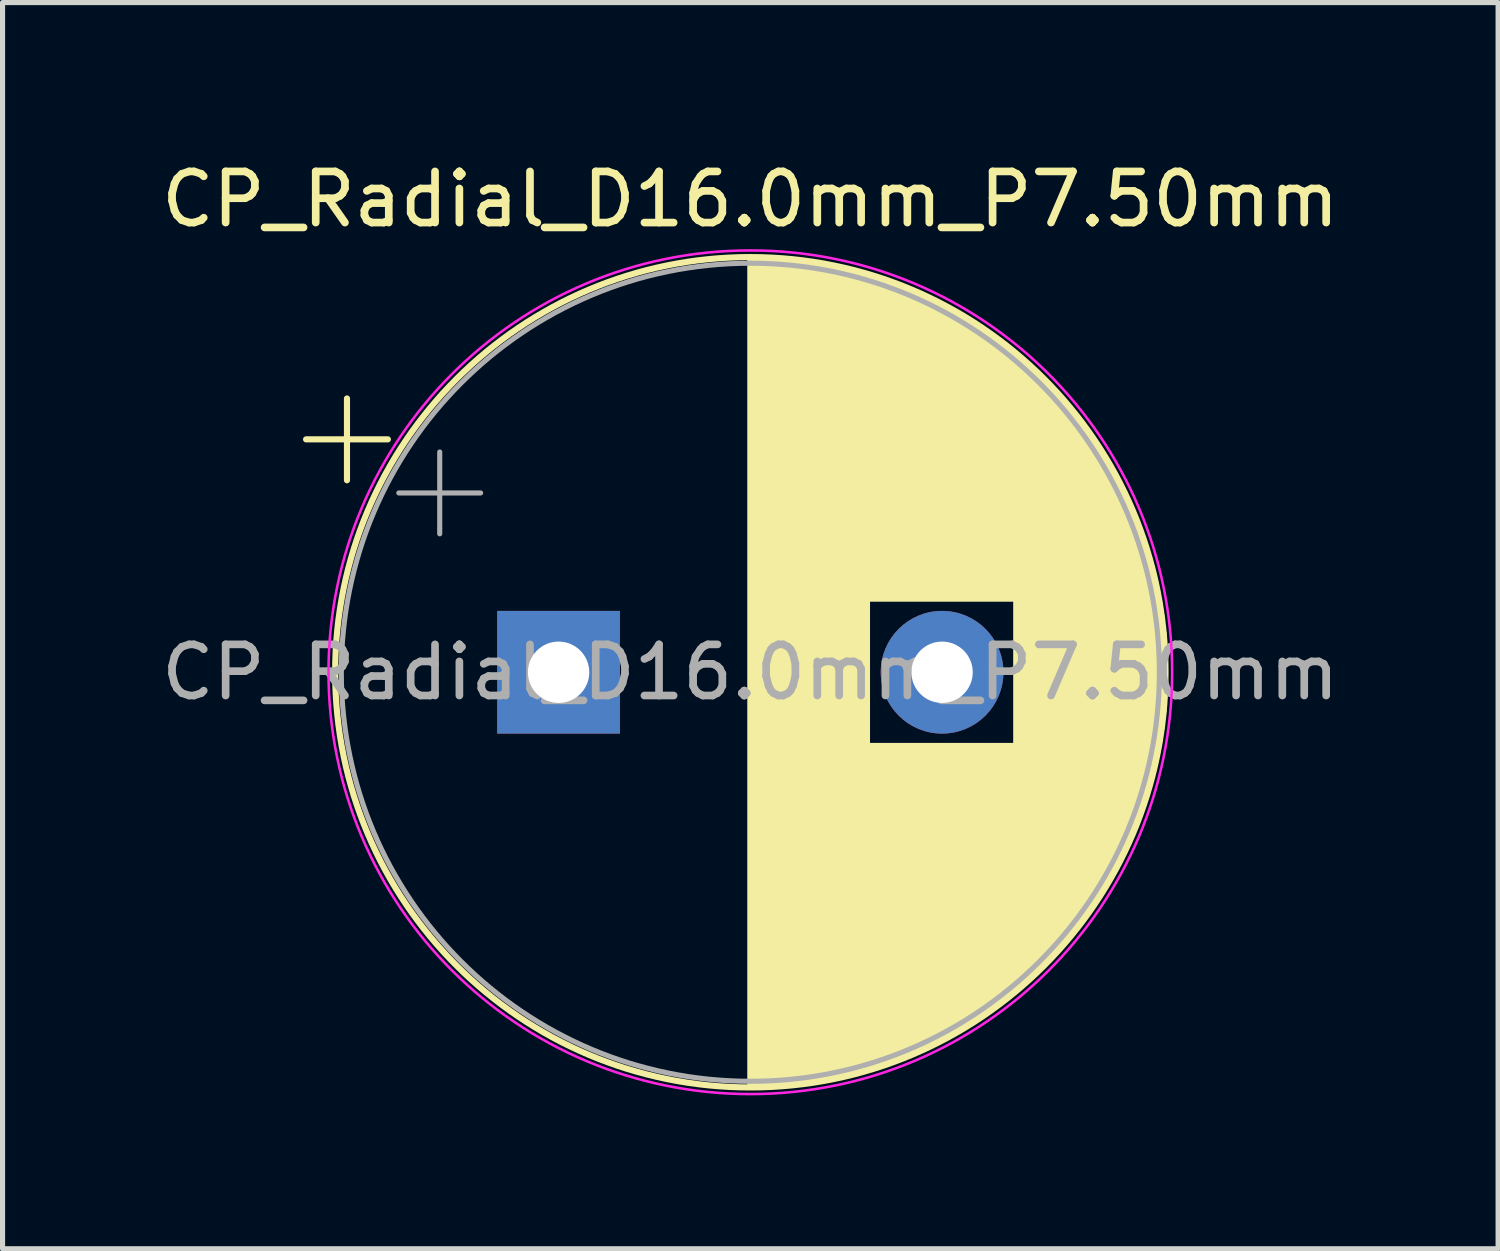
<source format=kicad_pcb>
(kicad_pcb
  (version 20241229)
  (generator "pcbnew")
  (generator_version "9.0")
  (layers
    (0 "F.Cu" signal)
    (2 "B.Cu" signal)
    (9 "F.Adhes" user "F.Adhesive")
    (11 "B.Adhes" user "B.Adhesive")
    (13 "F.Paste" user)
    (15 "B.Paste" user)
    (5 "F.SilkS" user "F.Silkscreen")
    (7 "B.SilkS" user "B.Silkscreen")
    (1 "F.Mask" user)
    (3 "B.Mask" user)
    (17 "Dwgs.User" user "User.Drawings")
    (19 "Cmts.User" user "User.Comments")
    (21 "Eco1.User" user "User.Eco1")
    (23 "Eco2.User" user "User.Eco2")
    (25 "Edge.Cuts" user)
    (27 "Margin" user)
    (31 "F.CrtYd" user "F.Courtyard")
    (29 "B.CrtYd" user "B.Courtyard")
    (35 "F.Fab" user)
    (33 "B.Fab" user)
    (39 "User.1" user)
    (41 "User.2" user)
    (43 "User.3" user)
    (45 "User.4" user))
  (footprint "CP_Radial_D16.0mm_P7.50mm"
    (layer "F.Cu")
    (at 7.875 10.098)
    (property "Reference" "CP_Radial_D16.0mm_P7.50mm" (at 3.75 -9.25 0) (layer "F.SilkS") (effects (font (size 1 1) (thickness 0.15))))
    (attr through_hole)
    (fp_line (start -4.939 -4.555) (end -3.339 -4.555) (stroke (width 0.12) (type solid)) (layer "F.SilkS"))
    (fp_line (start -4.139 -5.355) (end -4.139 -3.755) (stroke (width 0.12) (type solid)) (layer "F.SilkS"))
    (fp_line (start 3.75 -8.081) (end 3.75 8.081) (stroke (width 0.12) (type solid)) (layer "F.SilkS"))
    (fp_line (start 3.79 -8.08) (end 3.79 8.08) (stroke (width 0.12) (type solid)) (layer "F.SilkS"))
    (fp_line (start 3.83 -8.08) (end 3.83 8.08) (stroke (width 0.12) (type solid)) (layer "F.SilkS"))
    (fp_line (start 3.87 -8.08) (end 3.87 8.08) (stroke (width 0.12) (type solid)) (layer "F.SilkS"))
    (fp_line (start 3.91 -8.079) (end 3.91 8.079) (stroke (width 0.12) (type solid)) (layer "F.SilkS"))
    (fp_line (start 3.95 -8.078) (end 3.95 8.078) (stroke (width 0.12) (type solid)) (layer "F.SilkS"))
    (fp_line (start 3.99 -8.077) (end 3.99 8.077) (stroke (width 0.12) (type solid)) (layer "F.SilkS"))
    (fp_line (start 4.03 -8.076) (end 4.03 8.076) (stroke (width 0.12) (type solid)) (layer "F.SilkS"))
    (fp_line (start 4.07 -8.074) (end 4.07 8.074) (stroke (width 0.12) (type solid)) (layer "F.SilkS"))
    (fp_line (start 4.11 -8.073) (end 4.11 8.073) (stroke (width 0.12) (type solid)) (layer "F.SilkS"))
    (fp_line (start 4.15 -8.071) (end 4.15 8.071) (stroke (width 0.12) (type solid)) (layer "F.SilkS"))
    (fp_line (start 4.19 -8.069) (end 4.19 8.069) (stroke (width 0.12) (type solid)) (layer "F.SilkS"))
    (fp_line (start 4.23 -8.066) (end 4.23 8.066) (stroke (width 0.12) (type solid)) (layer "F.SilkS"))
    (fp_line (start 4.27 -8.064) (end 4.27 8.064) (stroke (width 0.12) (type solid)) (layer "F.SilkS"))
    (fp_line (start 4.31 -8.061) (end 4.31 8.061) (stroke (width 0.12) (type solid)) (layer "F.SilkS"))
    (fp_line (start 4.35 -8.058) (end 4.35 8.058) (stroke (width 0.12) (type solid)) (layer "F.SilkS"))
    (fp_line (start 4.39 -8.055) (end 4.39 8.055) (stroke (width 0.12) (type solid)) (layer "F.SilkS"))
    (fp_line (start 4.43 -8.052) (end 4.43 8.052) (stroke (width 0.12) (type solid)) (layer "F.SilkS"))
    (fp_line (start 4.471 -8.049) (end 4.471 8.049) (stroke (width 0.12) (type solid)) (layer "F.SilkS"))
    (fp_line (start 4.511 -8.045) (end 4.511 8.045) (stroke (width 0.12) (type solid)) (layer "F.SilkS"))
    (fp_line (start 4.551 -8.041) (end 4.551 8.041) (stroke (width 0.12) (type solid)) (layer "F.SilkS"))
    (fp_line (start 4.591 -8.037) (end 4.591 8.037) (stroke (width 0.12) (type solid)) (layer "F.SilkS"))
    (fp_line (start 4.631 -8.033) (end 4.631 8.033) (stroke (width 0.12) (type solid)) (layer "F.SilkS"))
    (fp_line (start 4.671 -8.028) (end 4.671 8.028) (stroke (width 0.12) (type solid)) (layer "F.SilkS"))
    (fp_line (start 4.711 -8.024) (end 4.711 8.024) (stroke (width 0.12) (type solid)) (layer "F.SilkS"))
    (fp_line (start 4.751 -8.019) (end 4.751 8.019) (stroke (width 0.12) (type solid)) (layer "F.SilkS"))
    (fp_line (start 4.791 -8.014) (end 4.791 8.014) (stroke (width 0.12) (type solid)) (layer "F.SilkS"))
    (fp_line (start 4.831 -8.008) (end 4.831 8.008) (stroke (width 0.12) (type solid)) (layer "F.SilkS"))
    (fp_line (start 4.871 -8.003) (end 4.871 8.003) (stroke (width 0.12) (type solid)) (layer "F.SilkS"))
    (fp_line (start 4.911 -7.997) (end 4.911 7.997) (stroke (width 0.12) (type solid)) (layer "F.SilkS"))
    (fp_line (start 4.951 -7.991) (end 4.951 7.991) (stroke (width 0.12) (type solid)) (layer "F.SilkS"))
    (fp_line (start 4.991 -7.985) (end 4.991 7.985) (stroke (width 0.12) (type solid)) (layer "F.SilkS"))
    (fp_line (start 5.031 -7.979) (end 5.031 7.979) (stroke (width 0.12) (type solid)) (layer "F.SilkS"))
    (fp_line (start 5.071 -7.972) (end 5.071 7.972) (stroke (width 0.12) (type solid)) (layer "F.SilkS"))
    (fp_line (start 5.111 -7.966) (end 5.111 7.966) (stroke (width 0.12) (type solid)) (layer "F.SilkS"))
    (fp_line (start 5.151 -7.959) (end 5.151 7.959) (stroke (width 0.12) (type solid)) (layer "F.SilkS"))
    (fp_line (start 5.191 -7.952) (end 5.191 7.952) (stroke (width 0.12) (type solid)) (layer "F.SilkS"))
    (fp_line (start 5.231 -7.944) (end 5.231 7.944) (stroke (width 0.12) (type solid)) (layer "F.SilkS"))
    (fp_line (start 5.271 -7.937) (end 5.271 7.937) (stroke (width 0.12) (type solid)) (layer "F.SilkS"))
    (fp_line (start 5.311 -7.929) (end 5.311 7.929) (stroke (width 0.12) (type solid)) (layer "F.SilkS"))
    (fp_line (start 5.351 -7.921) (end 5.351 7.921) (stroke (width 0.12) (type solid)) (layer "F.SilkS"))
    (fp_line (start 5.391 -7.913) (end 5.391 7.913) (stroke (width 0.12) (type solid)) (layer "F.SilkS"))
    (fp_line (start 5.431 -7.905) (end 5.431 7.905) (stroke (width 0.12) (type solid)) (layer "F.SilkS"))
    (fp_line (start 5.471 -7.896) (end 5.471 7.896) (stroke (width 0.12) (type solid)) (layer "F.SilkS"))
    (fp_line (start 5.511 -7.887) (end 5.511 7.887) (stroke (width 0.12) (type solid)) (layer "F.SilkS"))
    (fp_line (start 5.551 -7.878) (end 5.551 7.878) (stroke (width 0.12) (type solid)) (layer "F.SilkS"))
    (fp_line (start 5.591 -7.869) (end 5.591 7.869) (stroke (width 0.12) (type solid)) (layer "F.SilkS"))
    (fp_line (start 5.631 -7.86) (end 5.631 7.86) (stroke (width 0.12) (type solid)) (layer "F.SilkS"))
    (fp_line (start 5.671 -7.85) (end 5.671 7.85) (stroke (width 0.12) (type solid)) (layer "F.SilkS"))
    (fp_line (start 5.711 -7.84) (end 5.711 7.84) (stroke (width 0.12) (type solid)) (layer "F.SilkS"))
    (fp_line (start 5.751 -7.83) (end 5.751 7.83) (stroke (width 0.12) (type solid)) (layer "F.SilkS"))
    (fp_line (start 5.791 -7.82) (end 5.791 7.82) (stroke (width 0.12) (type solid)) (layer "F.SilkS"))
    (fp_line (start 5.831 -7.81) (end 5.831 7.81) (stroke (width 0.12) (type solid)) (layer "F.SilkS"))
    (fp_line (start 5.871 -7.799) (end 5.871 7.799) (stroke (width 0.12) (type solid)) (layer "F.SilkS"))
    (fp_line (start 5.911 -7.788) (end 5.911 7.788) (stroke (width 0.12) (type solid)) (layer "F.SilkS"))
    (fp_line (start 5.951 -7.777) (end 5.951 7.777) (stroke (width 0.12) (type solid)) (layer "F.SilkS"))
    (fp_line (start 5.991 -7.765) (end 5.991 7.765) (stroke (width 0.12) (type solid)) (layer "F.SilkS"))
    (fp_line (start 6.031 -7.754) (end 6.031 7.754) (stroke (width 0.12) (type solid)) (layer "F.SilkS"))
    (fp_line (start 6.071 -7.742) (end 6.071 -1.44) (stroke (width 0.12) (type solid)) (layer "F.SilkS"))
    (fp_line (start 6.071 1.44) (end 6.071 7.742) (stroke (width 0.12) (type solid)) (layer "F.SilkS"))
    (fp_line (start 6.111 -7.73) (end 6.111 -1.44) (stroke (width 0.12) (type solid)) (layer "F.SilkS"))
    (fp_line (start 6.111 1.44) (end 6.111 7.73) (stroke (width 0.12) (type solid)) (layer "F.SilkS"))
    (fp_line (start 6.151 -7.718) (end 6.151 -1.44) (stroke (width 0.12) (type solid)) (layer "F.SilkS"))
    (fp_line (start 6.151 1.44) (end 6.151 7.718) (stroke (width 0.12) (type solid)) (layer "F.SilkS"))
    (fp_line (start 6.191 -7.705) (end 6.191 -1.44) (stroke (width 0.12) (type solid)) (layer "F.SilkS"))
    (fp_line (start 6.191 1.44) (end 6.191 7.705) (stroke (width 0.12) (type solid)) (layer "F.SilkS"))
    (fp_line (start 6.231 -7.693) (end 6.231 -1.44) (stroke (width 0.12) (type solid)) (layer "F.SilkS"))
    (fp_line (start 6.231 1.44) (end 6.231 7.693) (stroke (width 0.12) (type solid)) (layer "F.SilkS"))
    (fp_line (start 6.271 -7.68) (end 6.271 -1.44) (stroke (width 0.12) (type solid)) (layer "F.SilkS"))
    (fp_line (start 6.271 1.44) (end 6.271 7.68) (stroke (width 0.12) (type solid)) (layer "F.SilkS"))
    (fp_line (start 6.311 -7.666) (end 6.311 -1.44) (stroke (width 0.12) (type solid)) (layer "F.SilkS"))
    (fp_line (start 6.311 1.44) (end 6.311 7.666) (stroke (width 0.12) (type solid)) (layer "F.SilkS"))
    (fp_line (start 6.351 -7.653) (end 6.351 -1.44) (stroke (width 0.12) (type solid)) (layer "F.SilkS"))
    (fp_line (start 6.351 1.44) (end 6.351 7.653) (stroke (width 0.12) (type solid)) (layer "F.SilkS"))
    (fp_line (start 6.391 -7.639) (end 6.391 -1.44) (stroke (width 0.12) (type solid)) (layer "F.SilkS"))
    (fp_line (start 6.391 1.44) (end 6.391 7.639) (stroke (width 0.12) (type solid)) (layer "F.SilkS"))
    (fp_line (start 6.431 -7.625) (end 6.431 -1.44) (stroke (width 0.12) (type solid)) (layer "F.SilkS"))
    (fp_line (start 6.431 1.44) (end 6.431 7.625) (stroke (width 0.12) (type solid)) (layer "F.SilkS"))
    (fp_line (start 6.471 -7.611) (end 6.471 -1.44) (stroke (width 0.12) (type solid)) (layer "F.SilkS"))
    (fp_line (start 6.471 1.44) (end 6.471 7.611) (stroke (width 0.12) (type solid)) (layer "F.SilkS"))
    (fp_line (start 6.511 -7.597) (end 6.511 -1.44) (stroke (width 0.12) (type solid)) (layer "F.SilkS"))
    (fp_line (start 6.511 1.44) (end 6.511 7.597) (stroke (width 0.12) (type solid)) (layer "F.SilkS"))
    (fp_line (start 6.551 -7.582) (end 6.551 -1.44) (stroke (width 0.12) (type solid)) (layer "F.SilkS"))
    (fp_line (start 6.551 1.44) (end 6.551 7.582) (stroke (width 0.12) (type solid)) (layer "F.SilkS"))
    (fp_line (start 6.591 -7.568) (end 6.591 -1.44) (stroke (width 0.12) (type solid)) (layer "F.SilkS"))
    (fp_line (start 6.591 1.44) (end 6.591 7.568) (stroke (width 0.12) (type solid)) (layer "F.SilkS"))
    (fp_line (start 6.631 -7.553) (end 6.631 -1.44) (stroke (width 0.12) (type solid)) (layer "F.SilkS"))
    (fp_line (start 6.631 1.44) (end 6.631 7.553) (stroke (width 0.12) (type solid)) (layer "F.SilkS"))
    (fp_line (start 6.671 -7.537) (end 6.671 -1.44) (stroke (width 0.12) (type solid)) (layer "F.SilkS"))
    (fp_line (start 6.671 1.44) (end 6.671 7.537) (stroke (width 0.12) (type solid)) (layer "F.SilkS"))
    (fp_line (start 6.711 -7.522) (end 6.711 -1.44) (stroke (width 0.12) (type solid)) (layer "F.SilkS"))
    (fp_line (start 6.711 1.44) (end 6.711 7.522) (stroke (width 0.12) (type solid)) (layer "F.SilkS"))
    (fp_line (start 6.751 -7.506) (end 6.751 -1.44) (stroke (width 0.12) (type solid)) (layer "F.SilkS"))
    (fp_line (start 6.751 1.44) (end 6.751 7.506) (stroke (width 0.12) (type solid)) (layer "F.SilkS"))
    (fp_line (start 6.791 -7.49) (end 6.791 -1.44) (stroke (width 0.12) (type solid)) (layer "F.SilkS"))
    (fp_line (start 6.791 1.44) (end 6.791 7.49) (stroke (width 0.12) (type solid)) (layer "F.SilkS"))
    (fp_line (start 6.831 -7.474) (end 6.831 -1.44) (stroke (width 0.12) (type solid)) (layer "F.SilkS"))
    (fp_line (start 6.831 1.44) (end 6.831 7.474) (stroke (width 0.12) (type solid)) (layer "F.SilkS"))
    (fp_line (start 6.871 -7.457) (end 6.871 -1.44) (stroke (width 0.12) (type solid)) (layer "F.SilkS"))
    (fp_line (start 6.871 1.44) (end 6.871 7.457) (stroke (width 0.12) (type solid)) (layer "F.SilkS"))
    (fp_line (start 6.911 -7.44) (end 6.911 -1.44) (stroke (width 0.12) (type solid)) (layer "F.SilkS"))
    (fp_line (start 6.911 1.44) (end 6.911 7.44) (stroke (width 0.12) (type solid)) (layer "F.SilkS"))
    (fp_line (start 6.951 -7.423) (end 6.951 -1.44) (stroke (width 0.12) (type solid)) (layer "F.SilkS"))
    (fp_line (start 6.951 1.44) (end 6.951 7.423) (stroke (width 0.12) (type solid)) (layer "F.SilkS"))
    (fp_line (start 6.991 -7.406) (end 6.991 -1.44) (stroke (width 0.12) (type solid)) (layer "F.SilkS"))
    (fp_line (start 6.991 1.44) (end 6.991 7.406) (stroke (width 0.12) (type solid)) (layer "F.SilkS"))
    (fp_line (start 7.031 -7.389) (end 7.031 -1.44) (stroke (width 0.12) (type solid)) (layer "F.SilkS"))
    (fp_line (start 7.031 1.44) (end 7.031 7.389) (stroke (width 0.12) (type solid)) (layer "F.SilkS"))
    (fp_line (start 7.071 -7.371) (end 7.071 -1.44) (stroke (width 0.12) (type solid)) (layer "F.SilkS"))
    (fp_line (start 7.071 1.44) (end 7.071 7.371) (stroke (width 0.12) (type solid)) (layer "F.SilkS"))
    (fp_line (start 7.111 -7.353) (end 7.111 -1.44) (stroke (width 0.12) (type solid)) (layer "F.SilkS"))
    (fp_line (start 7.111 1.44) (end 7.111 7.353) (stroke (width 0.12) (type solid)) (layer "F.SilkS"))
    (fp_line (start 7.151 -7.334) (end 7.151 -1.44) (stroke (width 0.12) (type solid)) (layer "F.SilkS"))
    (fp_line (start 7.151 1.44) (end 7.151 7.334) (stroke (width 0.12) (type solid)) (layer "F.SilkS"))
    (fp_line (start 7.191 -7.316) (end 7.191 -1.44) (stroke (width 0.12) (type solid)) (layer "F.SilkS"))
    (fp_line (start 7.191 1.44) (end 7.191 7.316) (stroke (width 0.12) (type solid)) (layer "F.SilkS"))
    (fp_line (start 7.231 -7.297) (end 7.231 -1.44) (stroke (width 0.12) (type solid)) (layer "F.SilkS"))
    (fp_line (start 7.231 1.44) (end 7.231 7.297) (stroke (width 0.12) (type solid)) (layer "F.SilkS"))
    (fp_line (start 7.271 -7.278) (end 7.271 -1.44) (stroke (width 0.12) (type solid)) (layer "F.SilkS"))
    (fp_line (start 7.271 1.44) (end 7.271 7.278) (stroke (width 0.12) (type solid)) (layer "F.SilkS"))
    (fp_line (start 7.311 -7.258) (end 7.311 -1.44) (stroke (width 0.12) (type solid)) (layer "F.SilkS"))
    (fp_line (start 7.311 1.44) (end 7.311 7.258) (stroke (width 0.12) (type solid)) (layer "F.SilkS"))
    (fp_line (start 7.351 -7.239) (end 7.351 -1.44) (stroke (width 0.12) (type solid)) (layer "F.SilkS"))
    (fp_line (start 7.351 1.44) (end 7.351 7.239) (stroke (width 0.12) (type solid)) (layer "F.SilkS"))
    (fp_line (start 7.391 -7.219) (end 7.391 -1.44) (stroke (width 0.12) (type solid)) (layer "F.SilkS"))
    (fp_line (start 7.391 1.44) (end 7.391 7.219) (stroke (width 0.12) (type solid)) (layer "F.SilkS"))
    (fp_line (start 7.431 -7.199) (end 7.431 -1.44) (stroke (width 0.12) (type solid)) (layer "F.SilkS"))
    (fp_line (start 7.431 1.44) (end 7.431 7.199) (stroke (width 0.12) (type solid)) (layer "F.SilkS"))
    (fp_line (start 7.471 -7.178) (end 7.471 -1.44) (stroke (width 0.12) (type solid)) (layer "F.SilkS"))
    (fp_line (start 7.471 1.44) (end 7.471 7.178) (stroke (width 0.12) (type solid)) (layer "F.SilkS"))
    (fp_line (start 7.511 -7.157) (end 7.511 -1.44) (stroke (width 0.12) (type solid)) (layer "F.SilkS"))
    (fp_line (start 7.511 1.44) (end 7.511 7.157) (stroke (width 0.12) (type solid)) (layer "F.SilkS"))
    (fp_line (start 7.551 -7.136) (end 7.551 -1.44) (stroke (width 0.12) (type solid)) (layer "F.SilkS"))
    (fp_line (start 7.551 1.44) (end 7.551 7.136) (stroke (width 0.12) (type solid)) (layer "F.SilkS"))
    (fp_line (start 7.591 -7.115) (end 7.591 -1.44) (stroke (width 0.12) (type solid)) (layer "F.SilkS"))
    (fp_line (start 7.591 1.44) (end 7.591 7.115) (stroke (width 0.12) (type solid)) (layer "F.SilkS"))
    (fp_line (start 7.631 -7.094) (end 7.631 -1.44) (stroke (width 0.12) (type solid)) (layer "F.SilkS"))
    (fp_line (start 7.631 1.44) (end 7.631 7.094) (stroke (width 0.12) (type solid)) (layer "F.SilkS"))
    (fp_line (start 7.671 -7.072) (end 7.671 -1.44) (stroke (width 0.12) (type solid)) (layer "F.SilkS"))
    (fp_line (start 7.671 1.44) (end 7.671 7.072) (stroke (width 0.12) (type solid)) (layer "F.SilkS"))
    (fp_line (start 7.711 -7.049) (end 7.711 -1.44) (stroke (width 0.12) (type solid)) (layer "F.SilkS"))
    (fp_line (start 7.711 1.44) (end 7.711 7.049) (stroke (width 0.12) (type solid)) (layer "F.SilkS"))
    (fp_line (start 7.751 -7.027) (end 7.751 -1.44) (stroke (width 0.12) (type solid)) (layer "F.SilkS"))
    (fp_line (start 7.751 1.44) (end 7.751 7.027) (stroke (width 0.12) (type solid)) (layer "F.SilkS"))
    (fp_line (start 7.791 -7.004) (end 7.791 -1.44) (stroke (width 0.12) (type solid)) (layer "F.SilkS"))
    (fp_line (start 7.791 1.44) (end 7.791 7.004) (stroke (width 0.12) (type solid)) (layer "F.SilkS"))
    (fp_line (start 7.831 -6.981) (end 7.831 -1.44) (stroke (width 0.12) (type solid)) (layer "F.SilkS"))
    (fp_line (start 7.831 1.44) (end 7.831 6.981) (stroke (width 0.12) (type solid)) (layer "F.SilkS"))
    (fp_line (start 7.871 -6.958) (end 7.871 -1.44) (stroke (width 0.12) (type solid)) (layer "F.SilkS"))
    (fp_line (start 7.871 1.44) (end 7.871 6.958) (stroke (width 0.12) (type solid)) (layer "F.SilkS"))
    (fp_line (start 7.911 -6.934) (end 7.911 -1.44) (stroke (width 0.12) (type solid)) (layer "F.SilkS"))
    (fp_line (start 7.911 1.44) (end 7.911 6.934) (stroke (width 0.12) (type solid)) (layer "F.SilkS"))
    (fp_line (start 7.951 -6.91) (end 7.951 -1.44) (stroke (width 0.12) (type solid)) (layer "F.SilkS"))
    (fp_line (start 7.951 1.44) (end 7.951 6.91) (stroke (width 0.12) (type solid)) (layer "F.SilkS"))
    (fp_line (start 7.991 -6.886) (end 7.991 -1.44) (stroke (width 0.12) (type solid)) (layer "F.SilkS"))
    (fp_line (start 7.991 1.44) (end 7.991 6.886) (stroke (width 0.12) (type solid)) (layer "F.SilkS"))
    (fp_line (start 8.031 -6.861) (end 8.031 -1.44) (stroke (width 0.12) (type solid)) (layer "F.SilkS"))
    (fp_line (start 8.031 1.44) (end 8.031 6.861) (stroke (width 0.12) (type solid)) (layer "F.SilkS"))
    (fp_line (start 8.071 -6.836) (end 8.071 -1.44) (stroke (width 0.12) (type solid)) (layer "F.SilkS"))
    (fp_line (start 8.071 1.44) (end 8.071 6.836) (stroke (width 0.12) (type solid)) (layer "F.SilkS"))
    (fp_line (start 8.111 -6.811) (end 8.111 -1.44) (stroke (width 0.12) (type solid)) (layer "F.SilkS"))
    (fp_line (start 8.111 1.44) (end 8.111 6.811) (stroke (width 0.12) (type solid)) (layer "F.SilkS"))
    (fp_line (start 8.151 -6.785) (end 8.151 -1.44) (stroke (width 0.12) (type solid)) (layer "F.SilkS"))
    (fp_line (start 8.151 1.44) (end 8.151 6.785) (stroke (width 0.12) (type solid)) (layer "F.SilkS"))
    (fp_line (start 8.191 -6.759) (end 8.191 -1.44) (stroke (width 0.12) (type solid)) (layer "F.SilkS"))
    (fp_line (start 8.191 1.44) (end 8.191 6.759) (stroke (width 0.12) (type solid)) (layer "F.SilkS"))
    (fp_line (start 8.231 -6.733) (end 8.231 -1.44) (stroke (width 0.12) (type solid)) (layer "F.SilkS"))
    (fp_line (start 8.231 1.44) (end 8.231 6.733) (stroke (width 0.12) (type solid)) (layer "F.SilkS"))
    (fp_line (start 8.271 -6.706) (end 8.271 -1.44) (stroke (width 0.12) (type solid)) (layer "F.SilkS"))
    (fp_line (start 8.271 1.44) (end 8.271 6.706) (stroke (width 0.12) (type solid)) (layer "F.SilkS"))
    (fp_line (start 8.311 -6.679) (end 8.311 -1.44) (stroke (width 0.12) (type solid)) (layer "F.SilkS"))
    (fp_line (start 8.311 1.44) (end 8.311 6.679) (stroke (width 0.12) (type solid)) (layer "F.SilkS"))
    (fp_line (start 8.351 -6.652) (end 8.351 -1.44) (stroke (width 0.12) (type solid)) (layer "F.SilkS"))
    (fp_line (start 8.351 1.44) (end 8.351 6.652) (stroke (width 0.12) (type solid)) (layer "F.SilkS"))
    (fp_line (start 8.391 -6.624) (end 8.391 -1.44) (stroke (width 0.12) (type solid)) (layer "F.SilkS"))
    (fp_line (start 8.391 1.44) (end 8.391 6.624) (stroke (width 0.12) (type solid)) (layer "F.SilkS"))
    (fp_line (start 8.431 -6.596) (end 8.431 -1.44) (stroke (width 0.12) (type solid)) (layer "F.SilkS"))
    (fp_line (start 8.431 1.44) (end 8.431 6.596) (stroke (width 0.12) (type solid)) (layer "F.SilkS"))
    (fp_line (start 8.471 -6.568) (end 8.471 -1.44) (stroke (width 0.12) (type solid)) (layer "F.SilkS"))
    (fp_line (start 8.471 1.44) (end 8.471 6.568) (stroke (width 0.12) (type solid)) (layer "F.SilkS"))
    (fp_line (start 8.511 -6.539) (end 8.511 -1.44) (stroke (width 0.12) (type solid)) (layer "F.SilkS"))
    (fp_line (start 8.511 1.44) (end 8.511 6.539) (stroke (width 0.12) (type solid)) (layer "F.SilkS"))
    (fp_line (start 8.551 -6.51) (end 8.551 -1.44) (stroke (width 0.12) (type solid)) (layer "F.SilkS"))
    (fp_line (start 8.551 1.44) (end 8.551 6.51) (stroke (width 0.12) (type solid)) (layer "F.SilkS"))
    (fp_line (start 8.591 -6.48) (end 8.591 -1.44) (stroke (width 0.12) (type solid)) (layer "F.SilkS"))
    (fp_line (start 8.591 1.44) (end 8.591 6.48) (stroke (width 0.12) (type solid)) (layer "F.SilkS"))
    (fp_line (start 8.631 -6.45) (end 8.631 -1.44) (stroke (width 0.12) (type solid)) (layer "F.SilkS"))
    (fp_line (start 8.631 1.44) (end 8.631 6.45) (stroke (width 0.12) (type solid)) (layer "F.SilkS"))
    (fp_line (start 8.671 -6.42) (end 8.671 -1.44) (stroke (width 0.12) (type solid)) (layer "F.SilkS"))
    (fp_line (start 8.671 1.44) (end 8.671 6.42) (stroke (width 0.12) (type solid)) (layer "F.SilkS"))
    (fp_line (start 8.711 -6.39) (end 8.711 -1.44) (stroke (width 0.12) (type solid)) (layer "F.SilkS"))
    (fp_line (start 8.711 1.44) (end 8.711 6.39) (stroke (width 0.12) (type solid)) (layer "F.SilkS"))
    (fp_line (start 8.751 -6.358) (end 8.751 -1.44) (stroke (width 0.12) (type solid)) (layer "F.SilkS"))
    (fp_line (start 8.751 1.44) (end 8.751 6.358) (stroke (width 0.12) (type solid)) (layer "F.SilkS"))
    (fp_line (start 8.791 -6.327) (end 8.791 -1.44) (stroke (width 0.12) (type solid)) (layer "F.SilkS"))
    (fp_line (start 8.791 1.44) (end 8.791 6.327) (stroke (width 0.12) (type solid)) (layer "F.SilkS"))
    (fp_line (start 8.831 -6.295) (end 8.831 -1.44) (stroke (width 0.12) (type solid)) (layer "F.SilkS"))
    (fp_line (start 8.831 1.44) (end 8.831 6.295) (stroke (width 0.12) (type solid)) (layer "F.SilkS"))
    (fp_line (start 8.871 -6.263) (end 8.871 -1.44) (stroke (width 0.12) (type solid)) (layer "F.SilkS"))
    (fp_line (start 8.871 1.44) (end 8.871 6.263) (stroke (width 0.12) (type solid)) (layer "F.SilkS"))
    (fp_line (start 8.911 -6.23) (end 8.911 -1.44) (stroke (width 0.12) (type solid)) (layer "F.SilkS"))
    (fp_line (start 8.911 1.44) (end 8.911 6.23) (stroke (width 0.12) (type solid)) (layer "F.SilkS"))
    (fp_line (start 8.951 -6.197) (end 8.951 6.197) (stroke (width 0.12) (type solid)) (layer "F.SilkS"))
    (fp_line (start 8.991 -6.163) (end 8.991 6.163) (stroke (width 0.12) (type solid)) (layer "F.SilkS"))
    (fp_line (start 9.031 -6.129) (end 9.031 6.129) (stroke (width 0.12) (type solid)) (layer "F.SilkS"))
    (fp_line (start 9.071 -6.095) (end 9.071 6.095) (stroke (width 0.12) (type solid)) (layer "F.SilkS"))
    (fp_line (start 9.111 -6.06) (end 9.111 6.06) (stroke (width 0.12) (type solid)) (layer "F.SilkS"))
    (fp_line (start 9.151 -6.025) (end 9.151 6.025) (stroke (width 0.12) (type solid)) (layer "F.SilkS"))
    (fp_line (start 9.191 -5.989) (end 9.191 5.989) (stroke (width 0.12) (type solid)) (layer "F.SilkS"))
    (fp_line (start 9.231 -5.952) (end 9.231 5.952) (stroke (width 0.12) (type solid)) (layer "F.SilkS"))
    (fp_line (start 9.271 -5.916) (end 9.271 5.916) (stroke (width 0.12) (type solid)) (layer "F.SilkS"))
    (fp_line (start 9.311 -5.878) (end 9.311 5.878) (stroke (width 0.12) (type solid)) (layer "F.SilkS"))
    (fp_line (start 9.351 -5.84) (end 9.351 5.84) (stroke (width 0.12) (type solid)) (layer "F.SilkS"))
    (fp_line (start 9.391 -5.802) (end 9.391 5.802) (stroke (width 0.12) (type solid)) (layer "F.SilkS"))
    (fp_line (start 9.431 -5.763) (end 9.431 5.763) (stroke (width 0.12) (type solid)) (layer "F.SilkS"))
    (fp_line (start 9.471 -5.724) (end 9.471 5.724) (stroke (width 0.12) (type solid)) (layer "F.SilkS"))
    (fp_line (start 9.511 -5.684) (end 9.511 5.684) (stroke (width 0.12) (type solid)) (layer "F.SilkS"))
    (fp_line (start 9.551 -5.643) (end 9.551 5.643) (stroke (width 0.12) (type solid)) (layer "F.SilkS"))
    (fp_line (start 9.591 -5.602) (end 9.591 5.602) (stroke (width 0.12) (type solid)) (layer "F.SilkS"))
    (fp_line (start 9.631 -5.56) (end 9.631 5.56) (stroke (width 0.12) (type solid)) (layer "F.SilkS"))
    (fp_line (start 9.671 -5.518) (end 9.671 5.518) (stroke (width 0.12) (type solid)) (layer "F.SilkS"))
    (fp_line (start 9.711 -5.475) (end 9.711 5.475) (stroke (width 0.12) (type solid)) (layer "F.SilkS"))
    (fp_line (start 9.751 -5.432) (end 9.751 5.432) (stroke (width 0.12) (type solid)) (layer "F.SilkS"))
    (fp_line (start 9.791 -5.388) (end 9.791 5.388) (stroke (width 0.12) (type solid)) (layer "F.SilkS"))
    (fp_line (start 9.831 -5.343) (end 9.831 5.343) (stroke (width 0.12) (type solid)) (layer "F.SilkS"))
    (fp_line (start 9.871 -5.297) (end 9.871 5.297) (stroke (width 0.12) (type solid)) (layer "F.SilkS"))
    (fp_line (start 9.911 -5.251) (end 9.911 5.251) (stroke (width 0.12) (type solid)) (layer "F.SilkS"))
    (fp_line (start 9.951 -5.204) (end 9.951 5.204) (stroke (width 0.12) (type solid)) (layer "F.SilkS"))
    (fp_line (start 9.991 -5.156) (end 9.991 5.156) (stroke (width 0.12) (type solid)) (layer "F.SilkS"))
    (fp_line (start 10.031 -5.108) (end 10.031 5.108) (stroke (width 0.12) (type solid)) (layer "F.SilkS"))
    (fp_line (start 10.071 -5.059) (end 10.071 5.059) (stroke (width 0.12) (type solid)) (layer "F.SilkS"))
    (fp_line (start 10.111 -5.009) (end 10.111 5.009) (stroke (width 0.12) (type solid)) (layer "F.SilkS"))
    (fp_line (start 10.151 -4.958) (end 10.151 4.958) (stroke (width 0.12) (type solid)) (layer "F.SilkS"))
    (fp_line (start 10.191 -4.906) (end 10.191 4.906) (stroke (width 0.12) (type solid)) (layer "F.SilkS"))
    (fp_line (start 10.231 -4.854) (end 10.231 4.854) (stroke (width 0.12) (type solid)) (layer "F.SilkS"))
    (fp_line (start 10.271 -4.8) (end 10.271 4.8) (stroke (width 0.12) (type solid)) (layer "F.SilkS"))
    (fp_line (start 10.311 -4.746) (end 10.311 4.746) (stroke (width 0.12) (type solid)) (layer "F.SilkS"))
    (fp_line (start 10.351 -4.691) (end 10.351 4.691) (stroke (width 0.12) (type solid)) (layer "F.SilkS"))
    (fp_line (start 10.391 -4.634) (end 10.391 4.634) (stroke (width 0.12) (type solid)) (layer "F.SilkS"))
    (fp_line (start 10.431 -4.577) (end 10.431 4.577) (stroke (width 0.12) (type solid)) (layer "F.SilkS"))
    (fp_line (start 10.471 -4.519) (end 10.471 4.519) (stroke (width 0.12) (type solid)) (layer "F.SilkS"))
    (fp_line (start 10.511 -4.459) (end 10.511 4.459) (stroke (width 0.12) (type solid)) (layer "F.SilkS"))
    (fp_line (start 10.551 -4.398) (end 10.551 4.398) (stroke (width 0.12) (type solid)) (layer "F.SilkS"))
    (fp_line (start 10.591 -4.336) (end 10.591 4.336) (stroke (width 0.12) (type solid)) (layer "F.SilkS"))
    (fp_line (start 10.631 -4.273) (end 10.631 4.273) (stroke (width 0.12) (type solid)) (layer "F.SilkS"))
    (fp_line (start 10.671 -4.209) (end 10.671 4.209) (stroke (width 0.12) (type solid)) (layer "F.SilkS"))
    (fp_line (start 10.711 -4.143) (end 10.711 4.143) (stroke (width 0.12) (type solid)) (layer "F.SilkS"))
    (fp_line (start 10.751 -4.076) (end 10.751 4.076) (stroke (width 0.12) (type solid)) (layer "F.SilkS"))
    (fp_line (start 10.791 -4.007) (end 10.791 4.007) (stroke (width 0.12) (type solid)) (layer "F.SilkS"))
    (fp_line (start 10.831 -3.936) (end 10.831 3.936) (stroke (width 0.12) (type solid)) (layer "F.SilkS"))
    (fp_line (start 10.871 -3.864) (end 10.871 3.864) (stroke (width 0.12) (type solid)) (layer "F.SilkS"))
    (fp_line (start 10.911 -3.79) (end 10.911 3.79) (stroke (width 0.12) (type solid)) (layer "F.SilkS"))
    (fp_line (start 10.951 -3.715) (end 10.951 3.715) (stroke (width 0.12) (type solid)) (layer "F.SilkS"))
    (fp_line (start 10.991 -3.637) (end 10.991 3.637) (stroke (width 0.12) (type solid)) (layer "F.SilkS"))
    (fp_line (start 11.031 -3.557) (end 11.031 3.557) (stroke (width 0.12) (type solid)) (layer "F.SilkS"))
    (fp_line (start 11.071 -3.475) (end 11.071 3.475) (stroke (width 0.12) (type solid)) (layer "F.SilkS"))
    (fp_line (start 11.111 -3.39) (end 11.111 3.39) (stroke (width 0.12) (type solid)) (layer "F.SilkS"))
    (fp_line (start 11.151 -3.303) (end 11.151 3.303) (stroke (width 0.12) (type solid)) (layer "F.SilkS"))
    (fp_line (start 11.191 -3.213) (end 11.191 3.213) (stroke (width 0.12) (type solid)) (layer "F.SilkS"))
    (fp_line (start 11.231 -3.12) (end 11.231 3.12) (stroke (width 0.12) (type solid)) (layer "F.SilkS"))
    (fp_line (start 11.271 -3.024) (end 11.271 3.024) (stroke (width 0.12) (type solid)) (layer "F.SilkS"))
    (fp_line (start 11.311 -2.924) (end 11.311 2.924) (stroke (width 0.12) (type solid)) (layer "F.SilkS"))
    (fp_line (start 11.351 -2.82) (end 11.351 2.82) (stroke (width 0.12) (type solid)) (layer "F.SilkS"))
    (fp_line (start 11.391 -2.711) (end 11.391 2.711) (stroke (width 0.12) (type solid)) (layer "F.SilkS"))
    (fp_line (start 11.431 -2.597) (end 11.431 2.597) (stroke (width 0.12) (type solid)) (layer "F.SilkS"))
    (fp_line (start 11.471 -2.478) (end 11.471 2.478) (stroke (width 0.12) (type solid)) (layer "F.SilkS"))
    (fp_line (start 11.511 -2.351) (end 11.511 2.351) (stroke (width 0.12) (type solid)) (layer "F.SilkS"))
    (fp_line (start 11.551 -2.218) (end 11.551 2.218) (stroke (width 0.12) (type solid)) (layer "F.SilkS"))
    (fp_line (start 11.591 -2.074) (end 11.591 2.074) (stroke (width 0.12) (type solid)) (layer "F.SilkS"))
    (fp_line (start 11.631 -1.92) (end 11.631 1.92) (stroke (width 0.12) (type solid)) (layer "F.SilkS"))
    (fp_line (start 11.671 -1.752) (end 11.671 1.752) (stroke (width 0.12) (type solid)) (layer "F.SilkS"))
    (fp_line (start 11.711 -1.564) (end 11.711 1.564) (stroke (width 0.12) (type solid)) (layer "F.SilkS"))
    (fp_line (start 11.751 -1.351) (end 11.751 1.351) (stroke (width 0.12) (type solid)) (layer "F.SilkS"))
    (fp_line (start 11.791 -1.098) (end 11.791 1.098) (stroke (width 0.12) (type solid)) (layer "F.SilkS"))
    (fp_line (start 11.831 -0.765) (end 11.831 0.765) (stroke (width 0.12) (type solid)) (layer "F.SilkS"))
    (fp_circle (center 3.75 0) (end 11.87 0) (stroke (width 0.12) (type solid)) (fill no) (layer "F.SilkS"))
    (fp_circle (center 3.75 0) (end 12 0) (stroke (width 0.05) (type solid)) (fill no) (layer "F.CrtYd"))
    (fp_line (start -3.125 -3.507) (end -1.525 -3.507) (stroke (width 0.1) (type solid)) (layer "F.Fab"))
    (fp_line (start -2.325 -4.308) (end -2.325 -2.708) (stroke (width 0.1) (type solid)) (layer "F.Fab"))
    (fp_circle (center 3.75 0) (end 11.75 0) (stroke (width 0.1) (type solid)) (fill no) (layer "F.Fab"))
    (fp_text user "${REFERENCE}" (at 3.75 0 0) (layer "F.Fab") (effects (font (size 1 1) (thickness 0.15))))
    (pad "1" thru_hole rect (at 0 0) (size 2.4 2.4) (drill 1.2) (layers "*.Cu" "*.Mask"))
    (pad "2" thru_hole circle (at 7.5 0) (size 2.4 2.4) (drill 1.2) (layers "*.Cu" "*.Mask")))
  (gr_rect
    (start -3 -3)
    (end 26.25 21.373)
    (stroke (width 0.1) (type default))
    (fill no)
    (layer "Edge.Cuts")))
</source>
